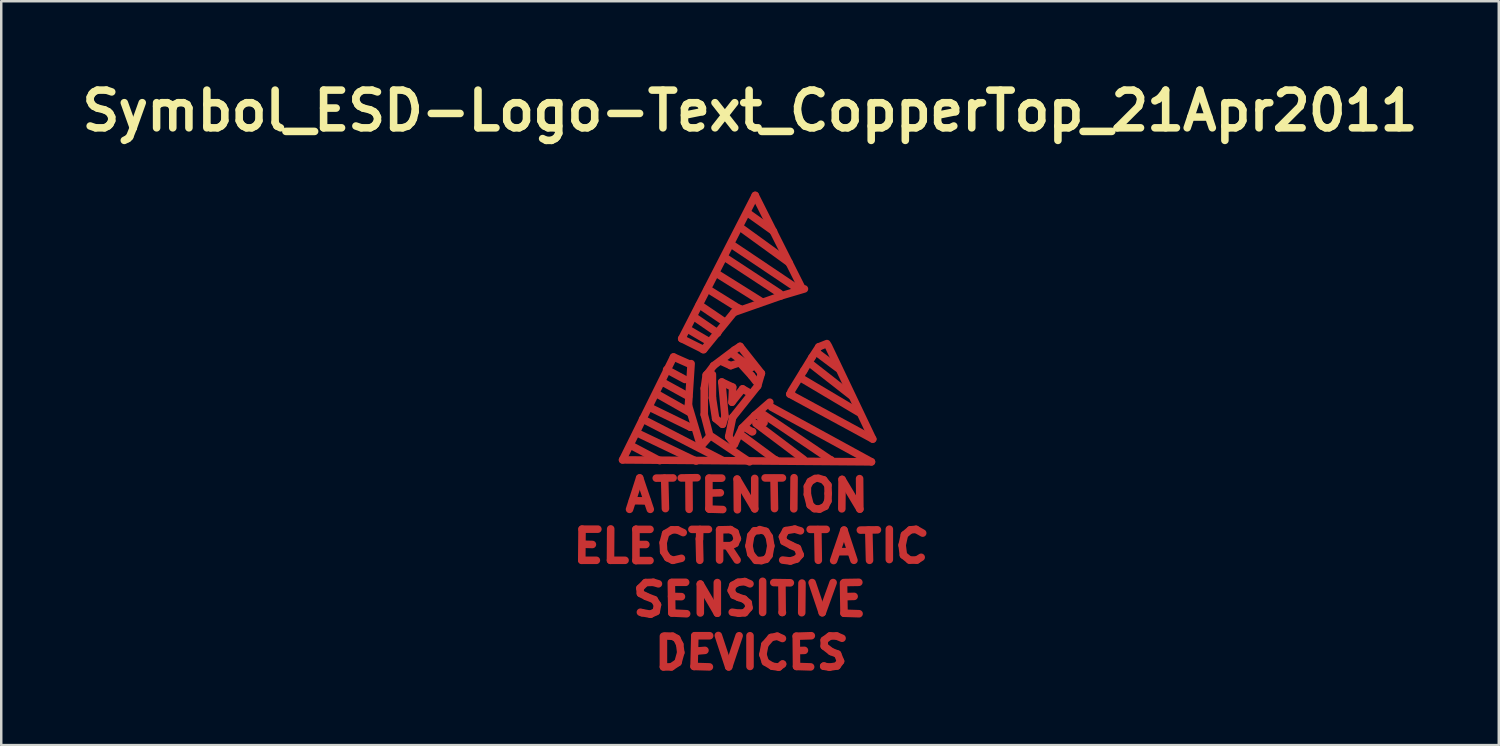
<source format=kicad_pcb>
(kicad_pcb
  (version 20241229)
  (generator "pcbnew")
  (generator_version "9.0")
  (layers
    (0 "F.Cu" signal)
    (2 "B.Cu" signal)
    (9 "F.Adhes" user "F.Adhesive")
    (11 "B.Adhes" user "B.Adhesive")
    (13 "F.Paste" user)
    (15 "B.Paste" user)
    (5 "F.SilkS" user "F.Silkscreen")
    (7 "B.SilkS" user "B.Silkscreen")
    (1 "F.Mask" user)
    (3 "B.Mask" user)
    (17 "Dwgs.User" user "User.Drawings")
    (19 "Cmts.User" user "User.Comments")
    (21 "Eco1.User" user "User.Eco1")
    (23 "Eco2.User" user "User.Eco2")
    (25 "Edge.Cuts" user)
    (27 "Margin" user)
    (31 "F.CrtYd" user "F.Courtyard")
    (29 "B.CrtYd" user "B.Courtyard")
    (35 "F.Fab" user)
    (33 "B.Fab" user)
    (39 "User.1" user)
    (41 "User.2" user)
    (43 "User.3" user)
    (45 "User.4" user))
  (footprint "Symbol_ESD-Logo-Text_CopperTop_21Apr2011"
    (layer "F.Cu")
    (at 27.265 12.227)
    (property "Reference" "Symbol_ESD-Logo-Text_CopperTop_21Apr2011" (at 0 -10.8 0) (layer "F.SilkS") (effects (font (size 1.524 1.524) (thickness 0.305))))
    (attr through_hole)
    (fp_line (start -6.8 7.371) (end -6.21 7.371) (stroke (width 0.305) (type solid)) (layer "F.Cu"))
    (fp_line (start -6.789 6.111) (end -6.8 7.371) (stroke (width 0.305) (type solid)) (layer "F.Cu"))
    (fp_line (start -6.37 6.731) (end -6.749 6.721) (stroke (width 0.305) (type solid)) (layer "F.Cu"))
    (fp_line (start -6.149 6.111) (end -6.789 6.111) (stroke (width 0.305) (type solid)) (layer "F.Cu"))
    (fp_line (start -5.639 7.371) (end -5.05 7.371) (stroke (width 0.305) (type solid)) (layer "F.Cu"))
    (fp_line (start -5.631 6.101) (end -5.639 7.371) (stroke (width 0.305) (type solid)) (layer "F.Cu"))
    (fp_line (start -5.151 3.312) (end 4.91 3.391) (stroke (width 0.305) (type solid)) (layer "F.Cu"))
    (fp_line (start -4.869 5.311) (end -4.46 4.041) (stroke (width 0.305) (type solid)) (layer "F.Cu"))
    (fp_line (start -4.77 2.751) (end -3.65 3.343) (stroke (width 0.305) (type solid)) (layer "F.Cu"))
    (fp_line (start -4.75 4.961) (end -4.15 4.971) (stroke (width 0.305) (type solid)) (layer "F.Cu"))
    (fp_line (start -4.61 6.119) (end -4.61 7.381) (stroke (width 0.305) (type solid)) (layer "F.Cu"))
    (fp_line (start -4.61 6.119) (end -4.041 6.119) (stroke (width 0.305) (type solid)) (layer "F.Cu"))
    (fp_line (start -4.61 7.381) (end -4.041 7.381) (stroke (width 0.305) (type solid)) (layer "F.Cu"))
    (fp_line (start -4.6 6.129) (end -4.61 6.119) (stroke (width 0.305) (type solid)) (layer "F.Cu"))
    (fp_line (start -4.559 2.223) (end -2.179 3.36) (stroke (width 0.305) (type solid)) (layer "F.Cu"))
    (fp_line (start -4.559 6.731) (end -4.209 6.731) (stroke (width 0.305) (type solid)) (layer "F.Cu"))
    (fp_line (start -4.46 4.041) (end -4.031 5.311) (stroke (width 0.305) (type solid)) (layer "F.Cu"))
    (fp_line (start -4.45 8.499) (end -4.43 8.71) (stroke (width 0.305) (type solid)) (layer "F.Cu"))
    (fp_line (start -4.43 8.71) (end -4.201 8.829) (stroke (width 0.305) (type solid)) (layer "F.Cu"))
    (fp_line (start -4.361 9.489) (end -4.43 9.469) (stroke (width 0.305) (type solid)) (layer "F.Cu"))
    (fp_line (start -4.341 1.661) (end -1.14 3.312) (stroke (width 0.305) (type solid)) (layer "F.Cu"))
    (fp_line (start -4.219 8.27) (end -4.45 8.499) (stroke (width 0.305) (type solid)) (layer "F.Cu"))
    (fp_line (start -4.201 8.829) (end -3.871 8.961) (stroke (width 0.305) (type solid)) (layer "F.Cu"))
    (fp_line (start -4.031 1.201) (end -2.41 1.991) (stroke (width 0.305) (type solid)) (layer "F.Cu"))
    (fp_line (start -4.021 9.55) (end -4.361 9.489) (stroke (width 0.305) (type solid)) (layer "F.Cu"))
    (fp_line (start -3.909 8.26) (end -4.219 8.27) (stroke (width 0.305) (type solid)) (layer "F.Cu"))
    (fp_line (start -3.871 8.961) (end -3.739 9.169) (stroke (width 0.305) (type solid)) (layer "F.Cu"))
    (fp_line (start -3.79 4.049) (end -3.109 4.041) (stroke (width 0.305) (type solid)) (layer "F.Cu"))
    (fp_line (start -3.79 9.441) (end -4.021 9.55) (stroke (width 0.305) (type solid)) (layer "F.Cu"))
    (fp_line (start -3.749 0.653) (end -2.461 1.382) (stroke (width 0.305) (type solid)) (layer "F.Cu"))
    (fp_line (start -3.739 9.169) (end -3.79 9.441) (stroke (width 0.305) (type solid)) (layer "F.Cu"))
    (fp_line (start -3.701 8.321) (end -3.909 8.26) (stroke (width 0.305) (type solid)) (layer "F.Cu"))
    (fp_line (start -3.551 0.163) (end -2.479 0.752) (stroke (width 0.305) (type solid)) (layer "F.Cu"))
    (fp_line (start -3.51 6.66) (end -3.49 7.021) (stroke (width 0.305) (type solid)) (layer "F.Cu"))
    (fp_line (start -3.5 10.439) (end -3.5 11.679) (stroke (width 0.305) (type solid)) (layer "F.Cu"))
    (fp_line (start -3.5 11.679) (end -3.18 11.679) (stroke (width 0.305) (type solid)) (layer "F.Cu"))
    (fp_line (start -3.49 7.021) (end -3.33 7.269) (stroke (width 0.305) (type solid)) (layer "F.Cu"))
    (fp_line (start -3.449 4.049) (end -3.419 5.281) (stroke (width 0.305) (type solid)) (layer "F.Cu"))
    (fp_line (start -3.411 6.289) (end -3.51 6.66) (stroke (width 0.305) (type solid)) (layer "F.Cu"))
    (fp_line (start -3.371 -0.338) (end -2.629 0.061) (stroke (width 0.305) (type solid)) (layer "F.Cu"))
    (fp_line (start -3.33 7.269) (end -3.119 7.371) (stroke (width 0.305) (type solid)) (layer "F.Cu"))
    (fp_line (start -3.18 11.679) (end -2.911 11.501) (stroke (width 0.305) (type solid)) (layer "F.Cu"))
    (fp_line (start -3.16 6.139) (end -3.411 6.289) (stroke (width 0.305) (type solid)) (layer "F.Cu"))
    (fp_line (start -3.16 9.5) (end -3.18 8.27) (stroke (width 0.305) (type solid)) (layer "F.Cu"))
    (fp_line (start -3.129 10.439) (end -3.429 10.429) (stroke (width 0.305) (type solid)) (layer "F.Cu"))
    (fp_line (start -3.119 7.371) (end -2.771 7.29) (stroke (width 0.305) (type solid)) (layer "F.Cu"))
    (fp_line (start -3.091 -0.848) (end -5.151 3.312) (stroke (width 0.305) (type solid)) (layer "F.Cu"))
    (fp_line (start -2.959 10.531) (end -3.129 10.439) (stroke (width 0.305) (type solid)) (layer "F.Cu"))
    (fp_line (start -2.939 6.139) (end -3.16 6.139) (stroke (width 0.305) (type solid)) (layer "F.Cu"))
    (fp_line (start -2.911 11.501) (end -2.799 11.1) (stroke (width 0.305) (type solid)) (layer "F.Cu"))
    (fp_line (start -2.84 10.77) (end -2.959 10.531) (stroke (width 0.305) (type solid)) (layer "F.Cu"))
    (fp_line (start -2.799 11.1) (end -2.84 10.77) (stroke (width 0.305) (type solid)) (layer "F.Cu"))
    (fp_line (start -2.779 4.041) (end -2.141 4.031) (stroke (width 0.305) (type solid)) (layer "F.Cu"))
    (fp_line (start -2.771 8.839) (end -3.17 8.829) (stroke (width 0.305) (type solid)) (layer "F.Cu"))
    (fp_line (start -2.761 -1.587) (end -1.9 -1.158) (stroke (width 0.305) (type solid)) (layer "F.Cu"))
    (fp_line (start -2.7 6.251) (end -2.939 6.139) (stroke (width 0.305) (type solid)) (layer "F.Cu"))
    (fp_line (start -2.601 8.26) (end -3.15 8.26) (stroke (width 0.305) (type solid)) (layer "F.Cu"))
    (fp_line (start -2.56 9.53) (end -3.16 9.5) (stroke (width 0.305) (type solid)) (layer "F.Cu"))
    (fp_line (start -2.51 -1.968) (end -1.689 -1.488) (stroke (width 0.305) (type solid)) (layer "F.Cu"))
    (fp_line (start -2.489 1.102) (end -1.991 2.771) (stroke (width 0.305) (type solid)) (layer "F.Cu"))
    (fp_line (start -2.461 -0.569) (end -3.091 -0.848) (stroke (width 0.305) (type solid)) (layer "F.Cu"))
    (fp_line (start -2.461 5.311) (end -2.469 4.059) (stroke (width 0.305) (type solid)) (layer "F.Cu"))
    (fp_line (start -2.41 1.991) (end -2.38 1.991) (stroke (width 0.305) (type solid)) (layer "F.Cu"))
    (fp_line (start -2.38 -0.579) (end -2.489 1.102) (stroke (width 0.305) (type solid)) (layer "F.Cu"))
    (fp_line (start -2.349 6.119) (end -1.679 6.119) (stroke (width 0.305) (type solid)) (layer "F.Cu"))
    (fp_line (start -2.261 11.661) (end -1.641 11.679) (stroke (width 0.305) (type solid)) (layer "F.Cu"))
    (fp_line (start -2.23 -2.449) (end -1.311 -1.819) (stroke (width 0.305) (type solid)) (layer "F.Cu"))
    (fp_line (start -2.23 10.419) (end -2.261 11.661) (stroke (width 0.305) (type solid)) (layer "F.Cu"))
    (fp_line (start -2.159 11.039) (end -2.159 11.021) (stroke (width 0.305) (type solid)) (layer "F.Cu"))
    (fp_line (start -2.05 -2.959) (end -1.031 -2.268) (stroke (width 0.305) (type solid)) (layer "F.Cu"))
    (fp_line (start -2.05 6.5) (end -2.029 7.371) (stroke (width 0.305) (type solid)) (layer "F.Cu"))
    (fp_line (start -2.04 6.52) (end -2.029 6.129) (stroke (width 0.305) (type solid)) (layer "F.Cu"))
    (fp_line (start -2.029 6.129) (end -2.009 6.129) (stroke (width 0.305) (type solid)) (layer "F.Cu"))
    (fp_line (start -2.009 8.331) (end -1.321 9.51) (stroke (width 0.305) (type solid)) (layer "F.Cu"))
    (fp_line (start -2.009 9.5) (end -2.009 8.331) (stroke (width 0.305) (type solid)) (layer "F.Cu"))
    (fp_line (start -1.991 2.771) (end -1.621 2.352) (stroke (width 0.305) (type solid)) (layer "F.Cu"))
    (fp_line (start -1.9 -1.158) (end -1.869 -1.158) (stroke (width 0.305) (type solid)) (layer "F.Cu"))
    (fp_line (start -1.849 0.422) (end -1.77 -0.119) (stroke (width 0.305) (type solid)) (layer "F.Cu"))
    (fp_line (start -1.849 1.481) (end -1.849 0.422) (stroke (width 0.305) (type solid)) (layer "F.Cu"))
    (fp_line (start -1.821 11.011) (end -2.159 11.039) (stroke (width 0.305) (type solid)) (layer "F.Cu"))
    (fp_line (start -1.77 -0.119) (end -1.72 -0.168) (stroke (width 0.305) (type solid)) (layer "F.Cu"))
    (fp_line (start -1.72 -3.599) (end -0.45 -2.809) (stroke (width 0.305) (type solid)) (layer "F.Cu"))
    (fp_line (start -1.72 -0.168) (end -1.471 -0.498) (stroke (width 0.305) (type solid)) (layer "F.Cu"))
    (fp_line (start -1.661 4.049) (end -1.661 5.281) (stroke (width 0.305) (type solid)) (layer "F.Cu"))
    (fp_line (start -1.661 5.281) (end -1.651 5.281) (stroke (width 0.305) (type solid)) (layer "F.Cu"))
    (fp_line (start -1.651 4.049) (end -1.14 4.049) (stroke (width 0.305) (type solid)) (layer "F.Cu"))
    (fp_line (start -1.641 5.301) (end -1.631 5.301) (stroke (width 0.305) (type solid)) (layer "F.Cu"))
    (fp_line (start -1.631 10.419) (end -2.23 10.419) (stroke (width 0.305) (type solid)) (layer "F.Cu"))
    (fp_line (start -1.621 2.352) (end -1.849 1.481) (stroke (width 0.305) (type solid)) (layer "F.Cu"))
    (fp_line (start -1.621 4.651) (end -1.6 4.651) (stroke (width 0.305) (type solid)) (layer "F.Cu"))
    (fp_line (start -1.539 2.372) (end -0.02 3.391) (stroke (width 0.305) (type solid)) (layer "F.Cu"))
    (fp_line (start -1.519 -0.14) (end -1.519 0.803) (stroke (width 0.305) (type solid)) (layer "F.Cu"))
    (fp_line (start -1.519 0.803) (end -1.389 1.641) (stroke (width 0.305) (type solid)) (layer "F.Cu"))
    (fp_line (start -1.471 -0.498) (end -0.63 -1.128) (stroke (width 0.305) (type solid)) (layer "F.Cu"))
    (fp_line (start -1.389 1.641) (end -1.11 1.872) (stroke (width 0.305) (type solid)) (layer "F.Cu"))
    (fp_line (start -1.359 -4.229) (end 0.46 -3.089) (stroke (width 0.305) (type solid)) (layer "F.Cu"))
    (fp_line (start -1.321 9.51) (end -1.321 8.27) (stroke (width 0.305) (type solid)) (layer "F.Cu"))
    (fp_line (start -1.311 -1.819) (end -1.311 -1.839) (stroke (width 0.305) (type solid)) (layer "F.Cu"))
    (fp_line (start -1.28 10.409) (end -0.861 11.679) (stroke (width 0.305) (type solid)) (layer "F.Cu"))
    (fp_line (start -1.229 6.139) (end -0.79 6.129) (stroke (width 0.305) (type solid)) (layer "F.Cu"))
    (fp_line (start -1.229 7.361) (end -1.229 6.139) (stroke (width 0.305) (type solid)) (layer "F.Cu"))
    (fp_line (start -1.199 4.641) (end -1.621 4.651) (stroke (width 0.305) (type solid)) (layer "F.Cu"))
    (fp_line (start -1.171 6.779) (end -1.161 6.779) (stroke (width 0.305) (type solid)) (layer "F.Cu"))
    (fp_line (start -1.14 0.163) (end -0.701 0.371) (stroke (width 0.305) (type solid)) (layer "F.Cu"))
    (fp_line (start -1.11 -0.648) (end -0.78 -0.498) (stroke (width 0.305) (type solid)) (layer "F.Cu"))
    (fp_line (start -1.11 1.872) (end -1.011 1.562) (stroke (width 0.305) (type solid)) (layer "F.Cu"))
    (fp_line (start -1.1 5.319) (end -1.641 5.301) (stroke (width 0.305) (type solid)) (layer "F.Cu"))
    (fp_line (start -1.011 -4.869) (end 1.199 -3.419) (stroke (width 0.305) (type solid)) (layer "F.Cu"))
    (fp_line (start -1.011 1.562) (end -1.14 0.163) (stroke (width 0.305) (type solid)) (layer "F.Cu"))
    (fp_line (start -0.879 6.82) (end -0.521 7.361) (stroke (width 0.305) (type solid)) (layer "F.Cu"))
    (fp_line (start -0.861 2.372) (end -0.63 2.682) (stroke (width 0.305) (type solid)) (layer "F.Cu"))
    (fp_line (start -0.861 11.679) (end -0.439 10.419) (stroke (width 0.305) (type solid)) (layer "F.Cu"))
    (fp_line (start -0.79 6.129) (end -0.599 6.241) (stroke (width 0.305) (type solid)) (layer "F.Cu"))
    (fp_line (start -0.78 -0.498) (end -0.419 -0.617) (stroke (width 0.305) (type solid)) (layer "F.Cu"))
    (fp_line (start -0.77 6.779) (end -1.171 6.779) (stroke (width 0.305) (type solid)) (layer "F.Cu"))
    (fp_line (start -0.759 8.59) (end -0.66 8.781) (stroke (width 0.305) (type solid)) (layer "F.Cu"))
    (fp_line (start -0.749 -5.397) (end 1.859 -3.647) (stroke (width 0.305) (type solid)) (layer "F.Cu"))
    (fp_line (start -0.729 0.98) (end -0.3 0.442) (stroke (width 0.305) (type solid)) (layer "F.Cu"))
    (fp_line (start -0.701 0.371) (end -0.729 0.98) (stroke (width 0.305) (type solid)) (layer "F.Cu"))
    (fp_line (start -0.701 1.593) (end -0.861 2.372) (stroke (width 0.305) (type solid)) (layer "F.Cu"))
    (fp_line (start -0.691 8.379) (end -0.759 8.59) (stroke (width 0.305) (type solid)) (layer "F.Cu"))
    (fp_line (start -0.66 8.781) (end -0.46 8.87) (stroke (width 0.305) (type solid)) (layer "F.Cu"))
    (fp_line (start -0.65 -2.649) (end -1.88 -1.138) (stroke (width 0.305) (type solid)) (layer "F.Cu"))
    (fp_line (start -0.65 -0.93) (end 0.061 -0.419) (stroke (width 0.305) (type solid)) (layer "F.Cu"))
    (fp_line (start -0.63 -1.128) (end -0.401 -1.278) (stroke (width 0.305) (type solid)) (layer "F.Cu"))
    (fp_line (start -0.63 2.682) (end -0.32 2.022) (stroke (width 0.305) (type solid)) (layer "F.Cu"))
    (fp_line (start -0.599 6.241) (end -0.511 6.5) (stroke (width 0.305) (type solid)) (layer "F.Cu"))
    (fp_line (start -0.599 6.69) (end -0.77 6.779) (stroke (width 0.305) (type solid)) (layer "F.Cu"))
    (fp_line (start -0.521 4.089) (end 0.191 5.291) (stroke (width 0.305) (type solid)) (layer "F.Cu"))
    (fp_line (start -0.511 5.329) (end -0.521 4.089) (stroke (width 0.305) (type solid)) (layer "F.Cu"))
    (fp_line (start -0.511 6.5) (end -0.599 6.69) (stroke (width 0.305) (type solid)) (layer "F.Cu"))
    (fp_line (start -0.48 8.26) (end -0.691 8.379) (stroke (width 0.305) (type solid)) (layer "F.Cu"))
    (fp_line (start -0.46 8.87) (end -0.239 8.941) (stroke (width 0.305) (type solid)) (layer "F.Cu"))
    (fp_line (start -0.45 -2.809) (end -0.419 -2.809) (stroke (width 0.305) (type solid)) (layer "F.Cu"))
    (fp_line (start -0.45 9.51) (end -0.719 9.469) (stroke (width 0.305) (type solid)) (layer "F.Cu"))
    (fp_line (start -0.419 -0.617) (end 0.061 -0.089) (stroke (width 0.305) (type solid)) (layer "F.Cu"))
    (fp_line (start -0.401 -1.278) (end 0.46 -0.188) (stroke (width 0.305) (type solid)) (layer "F.Cu"))
    (fp_line (start -0.351 -6.058) (end 1.58 -4.658) (stroke (width 0.305) (type solid)) (layer "F.Cu"))
    (fp_line (start -0.351 2.301) (end 1.021 3.312) (stroke (width 0.305) (type solid)) (layer "F.Cu"))
    (fp_line (start -0.32 2.022) (end 0.191 1.511) (stroke (width 0.305) (type solid)) (layer "F.Cu"))
    (fp_line (start -0.3 0.442) (end -0.071 0.572) (stroke (width 0.305) (type solid)) (layer "F.Cu"))
    (fp_line (start -0.239 8.941) (end -0.071 9.091) (stroke (width 0.305) (type solid)) (layer "F.Cu"))
    (fp_line (start -0.221 1.991) (end 0.079 2.172) (stroke (width 0.305) (type solid)) (layer "F.Cu"))
    (fp_line (start -0.211 8.23) (end -0.48 8.26) (stroke (width 0.305) (type solid)) (layer "F.Cu"))
    (fp_line (start -0.211 9.489) (end -0.45 9.51) (stroke (width 0.305) (type solid)) (layer "F.Cu"))
    (fp_line (start -0.089 -6.668) (end 0.95 -5.928) (stroke (width 0.305) (type solid)) (layer "F.Cu"))
    (fp_line (start -0.071 9.091) (end -0.041 9.289) (stroke (width 0.305) (type solid)) (layer "F.Cu"))
    (fp_line (start -0.041 6.789) (end 0.03 6.37) (stroke (width 0.305) (type solid)) (layer "F.Cu"))
    (fp_line (start -0.041 9.289) (end -0.211 9.489) (stroke (width 0.305) (type solid)) (layer "F.Cu"))
    (fp_line (start 0 8.321) (end -0.211 8.23) (stroke (width 0.305) (type solid)) (layer "F.Cu"))
    (fp_line (start 0 10.419) (end 0 11.661) (stroke (width 0.305) (type solid)) (layer "F.Cu"))
    (fp_line (start 0.03 6.37) (end 0.18 6.18) (stroke (width 0.305) (type solid)) (layer "F.Cu"))
    (fp_line (start 0.03 7.109) (end -0.041 6.789) (stroke (width 0.305) (type solid)) (layer "F.Cu"))
    (fp_line (start 0.061 -0.089) (end 0.239 0.142) (stroke (width 0.305) (type solid)) (layer "F.Cu"))
    (fp_line (start 0.079 2.172) (end 0.109 2.172) (stroke (width 0.305) (type solid)) (layer "F.Cu"))
    (fp_line (start 0.18 6.18) (end 0.361 6.17) (stroke (width 0.305) (type solid)) (layer "F.Cu"))
    (fp_line (start 0.191 1.511) (end 0.8 0.98) (stroke (width 0.305) (type solid)) (layer "F.Cu"))
    (fp_line (start 0.191 5.291) (end 0.191 4.059) (stroke (width 0.305) (type solid)) (layer "F.Cu"))
    (fp_line (start 0.211 -7.379) (end -2.761 -1.587) (stroke (width 0.305) (type solid)) (layer "F.Cu"))
    (fp_line (start 0.239 1.841) (end 2.169 3.292) (stroke (width 0.305) (type solid)) (layer "F.Cu"))
    (fp_line (start 0.239 7.371) (end 0.03 7.109) (stroke (width 0.305) (type solid)) (layer "F.Cu"))
    (fp_line (start 0.31 0.323) (end -0.701 1.593) (stroke (width 0.305) (type solid)) (layer "F.Cu"))
    (fp_line (start 0.31 1.46) (end 0.569 1.811) (stroke (width 0.305) (type solid)) (layer "F.Cu"))
    (fp_line (start 0.391 6.129) (end 0.64 6.2) (stroke (width 0.305) (type solid)) (layer "F.Cu"))
    (fp_line (start 0.46 -0.188) (end 0.31 0.323) (stroke (width 0.305) (type solid)) (layer "F.Cu"))
    (fp_line (start 0.46 7.381) (end 0.239 7.371) (stroke (width 0.305) (type solid)) (layer "F.Cu"))
    (fp_line (start 0.511 8.219) (end 0.511 9.479) (stroke (width 0.305) (type solid)) (layer "F.Cu"))
    (fp_line (start 0.521 1.46) (end 3.259 3.312) (stroke (width 0.305) (type solid)) (layer "F.Cu"))
    (fp_line (start 0.521 11.181) (end 0.62 11.481) (stroke (width 0.305) (type solid)) (layer "F.Cu"))
    (fp_line (start 0.599 10.78) (end 0.521 11.181) (stroke (width 0.305) (type solid)) (layer "F.Cu"))
    (fp_line (start 0.61 4.041) (end 1.311 4.041) (stroke (width 0.305) (type solid)) (layer "F.Cu"))
    (fp_line (start 0.62 11.481) (end 0.899 11.651) (stroke (width 0.305) (type solid)) (layer "F.Cu"))
    (fp_line (start 0.64 6.2) (end 0.78 6.421) (stroke (width 0.305) (type solid)) (layer "F.Cu"))
    (fp_line (start 0.65 7.33) (end 0.46 7.381) (stroke (width 0.305) (type solid)) (layer "F.Cu"))
    (fp_line (start 0.77 7.17) (end 0.65 7.33) (stroke (width 0.305) (type solid)) (layer "F.Cu"))
    (fp_line (start 0.78 6.421) (end 0.841 6.789) (stroke (width 0.305) (type solid)) (layer "F.Cu"))
    (fp_line (start 0.841 6.789) (end 0.77 7.17) (stroke (width 0.305) (type solid)) (layer "F.Cu"))
    (fp_line (start 0.851 10.49) (end 0.599 10.78) (stroke (width 0.305) (type solid)) (layer "F.Cu"))
    (fp_line (start 0.899 11.651) (end 1.161 11.689) (stroke (width 0.305) (type solid)) (layer "F.Cu"))
    (fp_line (start 0.96 8.27) (end 1.631 8.28) (stroke (width 0.305) (type solid)) (layer "F.Cu"))
    (fp_line (start 0.97 4.069) (end 0.991 5.281) (stroke (width 0.305) (type solid)) (layer "F.Cu"))
    (fp_line (start 1.021 3.312) (end 1.049 3.312) (stroke (width 0.305) (type solid)) (layer "F.Cu"))
    (fp_line (start 1.1 10.439) (end 0.851 10.49) (stroke (width 0.305) (type solid)) (layer "F.Cu"))
    (fp_line (start 1.161 11.689) (end 1.311 11.57) (stroke (width 0.305) (type solid)) (layer "F.Cu"))
    (fp_line (start 1.25 -3.317) (end -0.65 -2.649) (stroke (width 0.305) (type solid)) (layer "F.Cu"))
    (fp_line (start 1.29 8.291) (end 1.3 9.479) (stroke (width 0.305) (type solid)) (layer "F.Cu"))
    (fp_line (start 1.3 9.479) (end 1.311 9.479) (stroke (width 0.305) (type solid)) (layer "F.Cu"))
    (fp_line (start 1.311 6.421) (end 1.369 6.609) (stroke (width 0.305) (type solid)) (layer "F.Cu"))
    (fp_line (start 1.311 10.531) (end 1.1 10.439) (stroke (width 0.305) (type solid)) (layer "F.Cu"))
    (fp_line (start 1.311 11.57) (end 1.321 11.56) (stroke (width 0.305) (type solid)) (layer "F.Cu"))
    (fp_line (start 1.369 6.609) (end 1.669 6.769) (stroke (width 0.305) (type solid)) (layer "F.Cu"))
    (fp_line (start 1.45 6.17) (end 1.311 6.421) (stroke (width 0.305) (type solid)) (layer "F.Cu"))
    (fp_line (start 1.61 0.653) (end 1.679 0.622) (stroke (width 0.305) (type solid)) (layer "F.Cu"))
    (fp_line (start 1.631 7.399) (end 1.321 7.361) (stroke (width 0.305) (type solid)) (layer "F.Cu"))
    (fp_line (start 1.659 0.541) (end 2.169 -0.29) (stroke (width 0.305) (type solid)) (layer "F.Cu"))
    (fp_line (start 1.669 6.769) (end 1.92 6.881) (stroke (width 0.305) (type solid)) (layer "F.Cu"))
    (fp_line (start 1.781 4.031) (end 1.77 5.291) (stroke (width 0.305) (type solid)) (layer "F.Cu"))
    (fp_line (start 1.811 6.111) (end 1.45 6.17) (stroke (width 0.305) (type solid)) (layer "F.Cu"))
    (fp_line (start 1.869 10.439) (end 1.88 11.661) (stroke (width 0.305) (type solid)) (layer "F.Cu"))
    (fp_line (start 1.88 7.32) (end 1.631 7.399) (stroke (width 0.305) (type solid)) (layer "F.Cu"))
    (fp_line (start 1.88 11.661) (end 2.451 11.679) (stroke (width 0.305) (type solid)) (layer "F.Cu"))
    (fp_line (start 1.92 6.881) (end 2.029 7.15) (stroke (width 0.305) (type solid)) (layer "F.Cu"))
    (fp_line (start 2.029 7.15) (end 1.88 7.32) (stroke (width 0.305) (type solid)) (layer "F.Cu"))
    (fp_line (start 2.04 6.18) (end 1.811 6.111) (stroke (width 0.305) (type solid)) (layer "F.Cu"))
    (fp_line (start 2.09 -3.647) (end 0.211 -7.379) (stroke (width 0.305) (type solid)) (layer "F.Cu"))
    (fp_line (start 2.101 8.291) (end 2.09 9.489) (stroke (width 0.305) (type solid)) (layer "F.Cu"))
    (fp_line (start 2.121 0.041) (end 4.379 1.382) (stroke (width 0.305) (type solid)) (layer "F.Cu"))
    (fp_line (start 2.169 -0.29) (end 2.499 -0.828) (stroke (width 0.305) (type solid)) (layer "F.Cu"))
    (fp_line (start 2.2 -3.599) (end 1.25 -3.317) (stroke (width 0.305) (type solid)) (layer "F.Cu"))
    (fp_line (start 2.2 11.011) (end 1.89 11.021) (stroke (width 0.305) (type solid)) (layer "F.Cu"))
    (fp_line (start 2.319 4.389) (end 2.431 4.181) (stroke (width 0.305) (type solid)) (layer "F.Cu"))
    (fp_line (start 2.319 4.709) (end 2.319 4.389) (stroke (width 0.305) (type solid)) (layer "F.Cu"))
    (fp_line (start 2.431 4.181) (end 2.639 4.059) (stroke (width 0.305) (type solid)) (layer "F.Cu"))
    (fp_line (start 2.431 5.141) (end 2.319 4.709) (stroke (width 0.305) (type solid)) (layer "F.Cu"))
    (fp_line (start 2.431 6.119) (end 3.081 6.119) (stroke (width 0.305) (type solid)) (layer "F.Cu"))
    (fp_line (start 2.451 -0.569) (end 4.1 0.721) (stroke (width 0.305) (type solid)) (layer "F.Cu"))
    (fp_line (start 2.479 10.419) (end 1.869 10.439) (stroke (width 0.305) (type solid)) (layer "F.Cu"))
    (fp_line (start 2.499 -0.828) (end 2.779 -1.257) (stroke (width 0.305) (type solid)) (layer "F.Cu"))
    (fp_line (start 2.51 8.27) (end 2.921 9.489) (stroke (width 0.305) (type solid)) (layer "F.Cu"))
    (fp_line (start 2.601 5.281) (end 2.431 5.141) (stroke (width 0.305) (type solid)) (layer "F.Cu"))
    (fp_line (start 2.7 -1.029) (end 3.541 -0.399) (stroke (width 0.305) (type solid)) (layer "F.Cu"))
    (fp_line (start 2.741 6.129) (end 2.761 7.371) (stroke (width 0.305) (type solid)) (layer "F.Cu"))
    (fp_line (start 2.751 4.049) (end 2.979 4.12) (stroke (width 0.305) (type solid)) (layer "F.Cu"))
    (fp_line (start 2.779 -1.257) (end 3.109 -1.389) (stroke (width 0.305) (type solid)) (layer "F.Cu"))
    (fp_line (start 2.809 5.301) (end 2.601 5.281) (stroke (width 0.305) (type solid)) (layer "F.Cu"))
    (fp_line (start 2.921 9.489) (end 3.36 8.27) (stroke (width 0.305) (type solid)) (layer "F.Cu"))
    (fp_line (start 2.979 4.12) (end 3.15 4.331) (stroke (width 0.305) (type solid)) (layer "F.Cu"))
    (fp_line (start 2.979 11.651) (end 2.99 11.641) (stroke (width 0.305) (type solid)) (layer "F.Cu"))
    (fp_line (start 3 10.599) (end 3 10.841) (stroke (width 0.305) (type solid)) (layer "F.Cu"))
    (fp_line (start 3 10.841) (end 3.279 11.059) (stroke (width 0.305) (type solid)) (layer "F.Cu"))
    (fp_line (start 3.04 5.189) (end 2.809 5.301) (stroke (width 0.305) (type solid)) (layer "F.Cu"))
    (fp_line (start 3.15 4.331) (end 3.16 4.671) (stroke (width 0.305) (type solid)) (layer "F.Cu"))
    (fp_line (start 3.15 4.971) (end 3.04 5.189) (stroke (width 0.305) (type solid)) (layer "F.Cu"))
    (fp_line (start 3.16 -1.308) (end 4.961 2.471) (stroke (width 0.305) (type solid)) (layer "F.Cu"))
    (fp_line (start 3.16 4.671) (end 3.15 4.971) (stroke (width 0.305) (type solid)) (layer "F.Cu"))
    (fp_line (start 3.211 11.689) (end 2.979 11.651) (stroke (width 0.305) (type solid)) (layer "F.Cu"))
    (fp_line (start 3.231 10.429) (end 3 10.599) (stroke (width 0.305) (type solid)) (layer "F.Cu"))
    (fp_line (start 3.259 3.312) (end 3.279 3.312) (stroke (width 0.305) (type solid)) (layer "F.Cu"))
    (fp_line (start 3.279 11.059) (end 3.541 11.161) (stroke (width 0.305) (type solid)) (layer "F.Cu"))
    (fp_line (start 3.381 7.381) (end 3.8 6.149) (stroke (width 0.305) (type solid)) (layer "F.Cu"))
    (fp_line (start 3.5 10.429) (end 3.231 10.429) (stroke (width 0.305) (type solid)) (layer "F.Cu"))
    (fp_line (start 3.51 7.021) (end 4.041 7.021) (stroke (width 0.305) (type solid)) (layer "F.Cu"))
    (fp_line (start 3.52 11.641) (end 3.211 11.689) (stroke (width 0.305) (type solid)) (layer "F.Cu"))
    (fp_line (start 3.541 11.161) (end 3.66 11.45) (stroke (width 0.305) (type solid)) (layer "F.Cu"))
    (fp_line (start 3.66 11.45) (end 3.52 11.641) (stroke (width 0.305) (type solid)) (layer "F.Cu"))
    (fp_line (start 3.711 5.291) (end 3.721 4.1) (stroke (width 0.305) (type solid)) (layer "F.Cu"))
    (fp_line (start 3.721 4.1) (end 4.44 5.301) (stroke (width 0.305) (type solid)) (layer "F.Cu"))
    (fp_line (start 3.721 10.521) (end 3.5 10.429) (stroke (width 0.305) (type solid)) (layer "F.Cu"))
    (fp_line (start 3.8 6.149) (end 4.201 7.371) (stroke (width 0.305) (type solid)) (layer "F.Cu"))
    (fp_line (start 3.8 9.51) (end 3.78 8.291) (stroke (width 0.305) (type solid)) (layer "F.Cu"))
    (fp_line (start 4.209 8.829) (end 3.851 8.839) (stroke (width 0.305) (type solid)) (layer "F.Cu"))
    (fp_line (start 4.399 8.26) (end 3.8 8.27) (stroke (width 0.305) (type solid)) (layer "F.Cu"))
    (fp_line (start 4.409 9.53) (end 3.8 9.51) (stroke (width 0.305) (type solid)) (layer "F.Cu"))
    (fp_line (start 4.44 5.301) (end 4.43 4.069) (stroke (width 0.305) (type solid)) (layer "F.Cu"))
    (fp_line (start 4.46 6.149) (end 5.151 6.139) (stroke (width 0.305) (type solid)) (layer "F.Cu"))
    (fp_line (start 4.801 6.149) (end 4.831 7.371) (stroke (width 0.305) (type solid)) (layer "F.Cu"))
    (fp_line (start 4.91 3.391) (end 0.869 1.181) (stroke (width 0.305) (type solid)) (layer "F.Cu"))
    (fp_line (start 4.961 2.471) (end 1.61 0.653) (stroke (width 0.305) (type solid)) (layer "F.Cu"))
    (fp_line (start 5.631 6.111) (end 5.631 7.341) (stroke (width 0.305) (type solid)) (layer "F.Cu"))
    (fp_line (start 6.149 6.759) (end 6.2 7.16) (stroke (width 0.305) (type solid)) (layer "F.Cu"))
    (fp_line (start 6.2 7.16) (end 6.449 7.361) (stroke (width 0.305) (type solid)) (layer "F.Cu"))
    (fp_line (start 6.241 6.34) (end 6.149 6.759) (stroke (width 0.305) (type solid)) (layer "F.Cu"))
    (fp_line (start 6.449 7.361) (end 6.741 7.361) (stroke (width 0.305) (type solid)) (layer "F.Cu"))
    (fp_line (start 6.48 6.139) (end 6.241 6.34) (stroke (width 0.305) (type solid)) (layer "F.Cu"))
    (fp_line (start 6.711 6.119) (end 6.48 6.139) (stroke (width 0.305) (type solid)) (layer "F.Cu"))
    (fp_line (start 6.741 7.361) (end 6.919 7.249) (stroke (width 0.305) (type solid)) (layer "F.Cu"))
    (fp_line (start 6.98 6.271) (end 6.711 6.119) (stroke (width 0.305) (type solid)) (layer "F.Cu")))
  (gr_rect
    (start -3 -3)
    (end 57.53 27.068)
    (stroke (width 0.1) (type default))
    (fill no)
    (layer "Edge.Cuts")))
</source>
